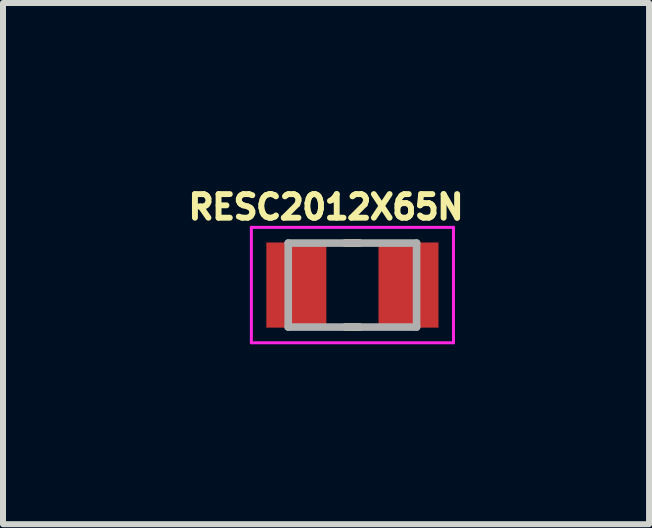
<source format=kicad_pcb>
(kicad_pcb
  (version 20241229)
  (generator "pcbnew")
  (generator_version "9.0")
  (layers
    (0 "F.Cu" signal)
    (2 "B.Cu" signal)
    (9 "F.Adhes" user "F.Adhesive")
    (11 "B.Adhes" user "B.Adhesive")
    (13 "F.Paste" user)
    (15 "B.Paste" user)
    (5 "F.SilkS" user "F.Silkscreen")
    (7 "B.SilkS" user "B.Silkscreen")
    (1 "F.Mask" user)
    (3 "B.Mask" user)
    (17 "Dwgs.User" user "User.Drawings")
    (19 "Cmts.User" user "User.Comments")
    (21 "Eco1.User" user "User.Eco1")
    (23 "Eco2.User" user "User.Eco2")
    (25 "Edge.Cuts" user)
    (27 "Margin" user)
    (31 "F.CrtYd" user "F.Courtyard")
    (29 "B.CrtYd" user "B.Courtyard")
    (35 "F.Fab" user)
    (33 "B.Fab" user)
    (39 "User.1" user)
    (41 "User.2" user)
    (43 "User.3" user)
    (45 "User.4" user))
  (footprint "RESC2012X65N"
    (layer "F.Cu")
    (at 2.826 1.703)
    (property "Reference" "RESC2012X65N" (at -0.44 -1.3 0) (layer "F.SilkS") (effects (font (size 0.394 0.394) (thickness 0.15))))
    (attr smd)
    (fp_line (start -0.12 -0.7) (end 0.12 -0.7) (stroke (width 0.127) (type solid)) (layer "F.SilkS"))
    (fp_line (start -0.12 0.7) (end 0.12 0.7) (stroke (width 0.127) (type solid)) (layer "F.SilkS"))
    (fp_line (start -1.685 -0.962) (end 1.685 -0.962) (stroke (width 0.05) (type solid)) (layer "F.CrtYd"))
    (fp_line (start -1.685 0.962) (end -1.685 -0.962) (stroke (width 0.05) (type solid)) (layer "F.CrtYd"))
    (fp_line (start -1.685 0.962) (end 1.685 0.962) (stroke (width 0.05) (type solid)) (layer "F.CrtYd"))
    (fp_line (start 1.685 0.962) (end 1.685 -0.962) (stroke (width 0.05) (type solid)) (layer "F.CrtYd"))
    (fp_line (start -1.07 0.7) (end -1.07 -0.7) (stroke (width 0.127) (type solid)) (layer "F.Fab"))
    (fp_line (start 1.07 -0.7) (end -1.07 -0.7) (stroke (width 0.127) (type solid)) (layer "F.Fab"))
    (fp_line (start 1.07 0.7) (end -1.07 0.7) (stroke (width 0.127) (type solid)) (layer "F.Fab"))
    (fp_line (start 1.07 0.7) (end 1.07 -0.7) (stroke (width 0.127) (type solid)) (layer "F.Fab"))
    (pad "1" smd rect (at -0.935 0) (size 1 1.42) (layers "F.Cu" "F.Mask" "F.Paste"))
    (pad "2" smd rect (at 0.935 0) (size 1 1.42) (layers "F.Cu" "F.Mask" "F.Paste")))
  (gr_rect
    (start -3 -3)
    (end 7.772 5.69)
    (stroke (width 0.1) (type default))
    (fill no)
    (layer "Edge.Cuts")))
</source>
